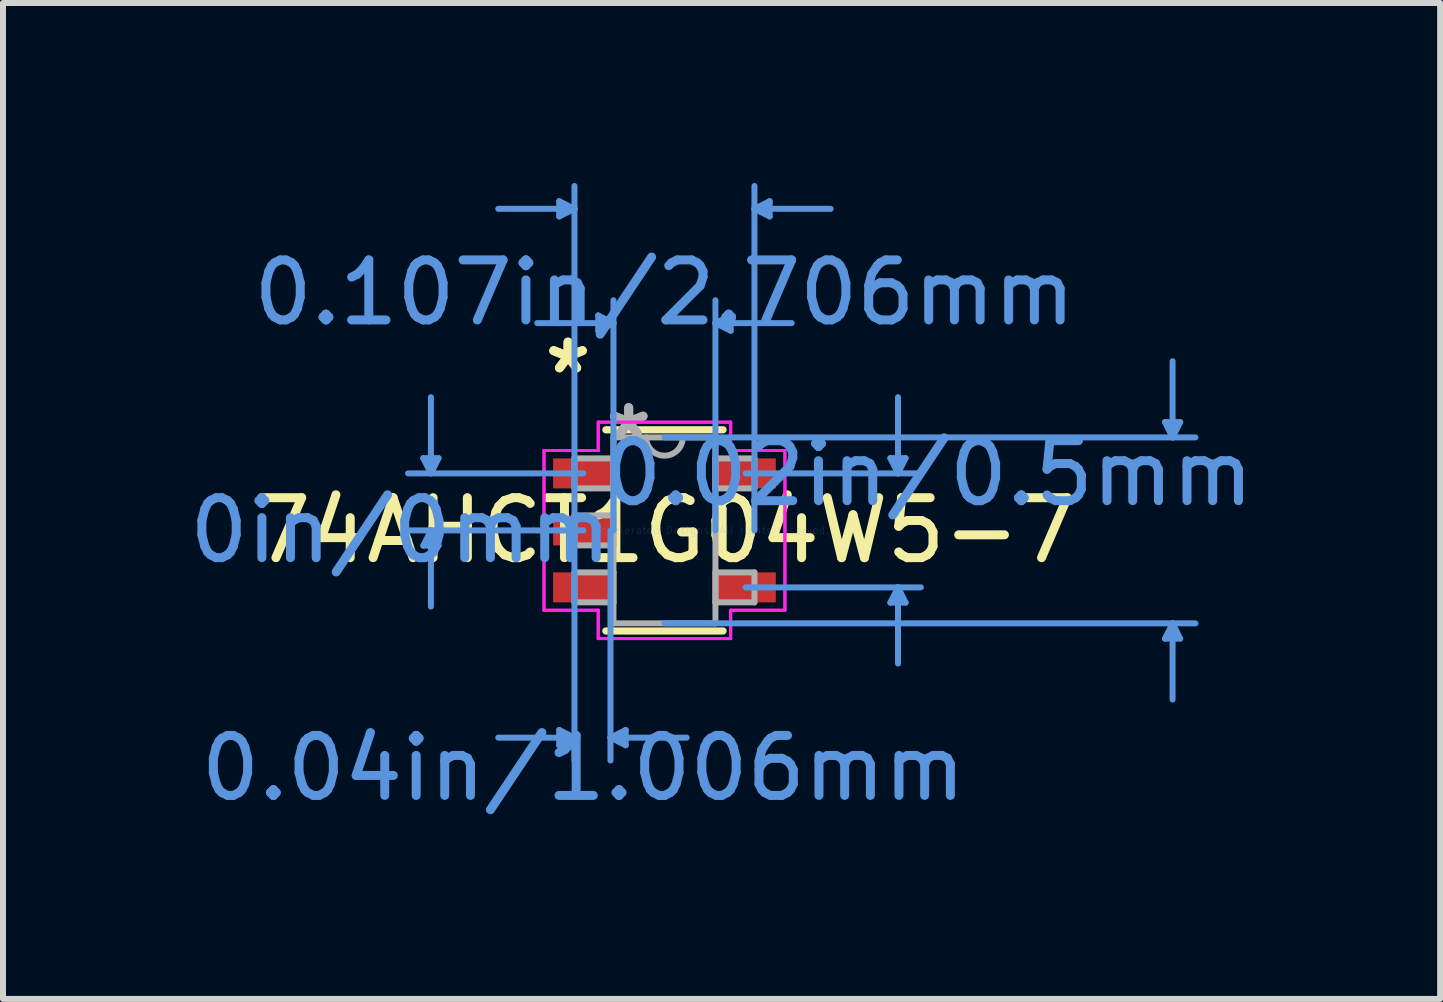
<source format=kicad_pcb>
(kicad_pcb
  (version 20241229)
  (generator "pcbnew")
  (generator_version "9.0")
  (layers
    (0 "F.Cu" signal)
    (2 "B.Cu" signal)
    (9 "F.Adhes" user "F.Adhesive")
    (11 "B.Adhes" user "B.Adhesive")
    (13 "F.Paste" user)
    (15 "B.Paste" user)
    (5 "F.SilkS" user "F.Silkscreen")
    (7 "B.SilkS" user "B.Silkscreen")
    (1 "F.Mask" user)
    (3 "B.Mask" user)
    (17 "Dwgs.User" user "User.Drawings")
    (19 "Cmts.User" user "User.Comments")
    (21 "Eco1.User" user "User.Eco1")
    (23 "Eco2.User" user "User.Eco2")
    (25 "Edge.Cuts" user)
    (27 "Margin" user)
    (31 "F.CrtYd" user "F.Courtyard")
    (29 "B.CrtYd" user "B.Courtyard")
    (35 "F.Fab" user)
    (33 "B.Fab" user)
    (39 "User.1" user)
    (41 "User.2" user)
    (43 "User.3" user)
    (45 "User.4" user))
  (footprint "74AHCT1G04W5-7"
    (layer "F.Cu")
    (at 8.026 5.791)
    (property "Reference" "74AHCT1G04W5-7" (at 0 0 0) (layer "F.SilkS") (effects (font (size 1 1) (thickness 0.15))))
    (attr through_hole)
    (fp_line (start -0.977 1.677) (end 0.977 1.677) (stroke (width 0.12) (type solid)) (layer "F.SilkS"))
    (fp_line (start 0.977 -1.677) (end -0.977 -1.677) (stroke (width 0.12) (type solid)) (layer "F.SilkS"))
    (fp_line (start 0.977 0.367) (end 0.977 -0.367) (stroke (width 0.12) (type solid)) (layer "F.SilkS"))
    (fp_line (start -4.02 -1.204) (end -3.766 -1.204) (stroke (width 0.1) (type solid)) (layer "Cmts.User"))
    (fp_line (start -4.02 0.254) (end -3.766 0.254) (stroke (width 0.1) (type solid)) (layer "Cmts.User"))
    (fp_line (start -3.893 -0.95) (end -4.02 -1.204) (stroke (width 0.1) (type solid)) (layer "Cmts.User"))
    (fp_line (start -3.893 -0.95) (end -3.893 -2.22) (stroke (width 0.1) (type solid)) (layer "Cmts.User"))
    (fp_line (start -3.893 -0.95) (end -3.766 -1.204) (stroke (width 0.1) (type solid)) (layer "Cmts.User"))
    (fp_line (start -3.893 0) (end -4.02 0.254) (stroke (width 0.1) (type solid)) (layer "Cmts.User"))
    (fp_line (start -3.893 0) (end -3.893 1.27) (stroke (width 0.1) (type solid)) (layer "Cmts.User"))
    (fp_line (start -3.893 0) (end -3.766 0.254) (stroke (width 0.1) (type solid)) (layer "Cmts.User"))
    (fp_line (start -1.754 -5.487) (end -1.754 -5.233) (stroke (width 0.1) (type solid)) (layer "Cmts.User"))
    (fp_line (start -1.754 3.328) (end -1.754 3.582) (stroke (width 0.1) (type solid)) (layer "Cmts.User"))
    (fp_line (start -1.5 -5.36) (end -2.77 -5.36) (stroke (width 0.1) (type solid)) (layer "Cmts.User"))
    (fp_line (start -1.5 -5.36) (end -1.754 -5.487) (stroke (width 0.1) (type solid)) (layer "Cmts.User"))
    (fp_line (start -1.5 -5.36) (end -1.754 -5.233) (stroke (width 0.1) (type solid)) (layer "Cmts.User"))
    (fp_line (start -1.5 0) (end -1.5 -5.741) (stroke (width 0.1) (type solid)) (layer "Cmts.User"))
    (fp_line (start -1.5 0) (end -1.5 3.836) (stroke (width 0.1) (type solid)) (layer "Cmts.User"))
    (fp_line (start -1.5 3.455) (end -2.77 3.455) (stroke (width 0.1) (type solid)) (layer "Cmts.User"))
    (fp_line (start -1.5 3.455) (end -1.754 3.328) (stroke (width 0.1) (type solid)) (layer "Cmts.User"))
    (fp_line (start -1.5 3.455) (end -1.754 3.582) (stroke (width 0.1) (type solid)) (layer "Cmts.User"))
    (fp_line (start -1.353 -0.95) (end -4.274 -0.95) (stroke (width 0.1) (type solid)) (layer "Cmts.User"))
    (fp_line (start -1.353 0) (end -4.274 0) (stroke (width 0.1) (type solid)) (layer "Cmts.User"))
    (fp_line (start -1.104 -3.582) (end -1.104 -3.328) (stroke (width 0.1) (type solid)) (layer "Cmts.User"))
    (fp_line (start -0.9 0) (end -0.9 3.836) (stroke (width 0.1) (type solid)) (layer "Cmts.User"))
    (fp_line (start -0.9 3.455) (end -0.646 3.328) (stroke (width 0.1) (type solid)) (layer "Cmts.User"))
    (fp_line (start -0.9 3.455) (end -0.646 3.582) (stroke (width 0.1) (type solid)) (layer "Cmts.User"))
    (fp_line (start -0.9 3.455) (end 0.37 3.455) (stroke (width 0.1) (type solid)) (layer "Cmts.User"))
    (fp_line (start -0.85 -3.455) (end -2.12 -3.455) (stroke (width 0.1) (type solid)) (layer "Cmts.User"))
    (fp_line (start -0.85 -3.455) (end -1.104 -3.582) (stroke (width 0.1) (type solid)) (layer "Cmts.User"))
    (fp_line (start -0.85 -3.455) (end -1.104 -3.328) (stroke (width 0.1) (type solid)) (layer "Cmts.User"))
    (fp_line (start -0.85 0) (end -0.85 -3.836) (stroke (width 0.1) (type solid)) (layer "Cmts.User"))
    (fp_line (start -0.646 3.328) (end -0.646 3.582) (stroke (width 0.1) (type solid)) (layer "Cmts.User"))
    (fp_line (start 0 -1.55) (end 8.851 -1.55) (stroke (width 0.1) (type solid)) (layer "Cmts.User"))
    (fp_line (start 0 1.55) (end 8.851 1.55) (stroke (width 0.1) (type solid)) (layer "Cmts.User"))
    (fp_line (start 0.85 -3.455) (end 1.104 -3.582) (stroke (width 0.1) (type solid)) (layer "Cmts.User"))
    (fp_line (start 0.85 -3.455) (end 1.104 -3.328) (stroke (width 0.1) (type solid)) (layer "Cmts.User"))
    (fp_line (start 0.85 -3.455) (end 2.12 -3.455) (stroke (width 0.1) (type solid)) (layer "Cmts.User"))
    (fp_line (start 0.85 0) (end 0.85 -3.836) (stroke (width 0.1) (type solid)) (layer "Cmts.User"))
    (fp_line (start 1.104 -3.582) (end 1.104 -3.328) (stroke (width 0.1) (type solid)) (layer "Cmts.User"))
    (fp_line (start 1.353 -0.95) (end 4.274 -0.95) (stroke (width 0.1) (type solid)) (layer "Cmts.User"))
    (fp_line (start 1.353 0.95) (end 4.274 0.95) (stroke (width 0.1) (type solid)) (layer "Cmts.User"))
    (fp_line (start 1.5 -5.36) (end 1.754 -5.487) (stroke (width 0.1) (type solid)) (layer "Cmts.User"))
    (fp_line (start 1.5 -5.36) (end 1.754 -5.233) (stroke (width 0.1) (type solid)) (layer "Cmts.User"))
    (fp_line (start 1.5 -5.36) (end 2.77 -5.36) (stroke (width 0.1) (type solid)) (layer "Cmts.User"))
    (fp_line (start 1.5 0) (end 1.5 -5.741) (stroke (width 0.1) (type solid)) (layer "Cmts.User"))
    (fp_line (start 1.754 -5.487) (end 1.754 -5.233) (stroke (width 0.1) (type solid)) (layer "Cmts.User"))
    (fp_line (start 3.766 -1.204) (end 4.02 -1.204) (stroke (width 0.1) (type solid)) (layer "Cmts.User"))
    (fp_line (start 3.766 1.204) (end 4.02 1.204) (stroke (width 0.1) (type solid)) (layer "Cmts.User"))
    (fp_line (start 3.893 -0.95) (end 3.766 -1.204) (stroke (width 0.1) (type solid)) (layer "Cmts.User"))
    (fp_line (start 3.893 -0.95) (end 3.893 -2.22) (stroke (width 0.1) (type solid)) (layer "Cmts.User"))
    (fp_line (start 3.893 -0.95) (end 4.02 -1.204) (stroke (width 0.1) (type solid)) (layer "Cmts.User"))
    (fp_line (start 3.893 0.95) (end 3.766 1.204) (stroke (width 0.1) (type solid)) (layer "Cmts.User"))
    (fp_line (start 3.893 0.95) (end 3.893 2.22) (stroke (width 0.1) (type solid)) (layer "Cmts.User"))
    (fp_line (start 3.893 0.95) (end 4.02 1.204) (stroke (width 0.1) (type solid)) (layer "Cmts.User"))
    (fp_line (start 8.343 -1.804) (end 8.597 -1.804) (stroke (width 0.1) (type solid)) (layer "Cmts.User"))
    (fp_line (start 8.343 1.804) (end 8.597 1.804) (stroke (width 0.1) (type solid)) (layer "Cmts.User"))
    (fp_line (start 8.47 -1.55) (end 8.343 -1.804) (stroke (width 0.1) (type solid)) (layer "Cmts.User"))
    (fp_line (start 8.47 -1.55) (end 8.47 -2.82) (stroke (width 0.1) (type solid)) (layer "Cmts.User"))
    (fp_line (start 8.47 -1.55) (end 8.597 -1.804) (stroke (width 0.1) (type solid)) (layer "Cmts.User"))
    (fp_line (start 8.47 1.55) (end 8.343 1.804) (stroke (width 0.1) (type solid)) (layer "Cmts.User"))
    (fp_line (start 8.47 1.55) (end 8.47 2.82) (stroke (width 0.1) (type solid)) (layer "Cmts.User"))
    (fp_line (start 8.47 1.55) (end 8.597 1.804) (stroke (width 0.1) (type solid)) (layer "Cmts.User"))
    (fp_line (start -2.008 -1.331) (end -1.104 -1.331) (stroke (width 0.05) (type solid)) (layer "F.CrtYd"))
    (fp_line (start -2.008 -1.331) (end -1.104 -1.331) (stroke (width 0.05) (type solid)) (layer "F.CrtYd"))
    (fp_line (start -2.008 1.331) (end -2.008 -1.331) (stroke (width 0.05) (type solid)) (layer "F.CrtYd"))
    (fp_line (start -2.008 1.331) (end -2.008 -1.331) (stroke (width 0.05) (type solid)) (layer "F.CrtYd"))
    (fp_line (start -1.104 -1.804) (end 1.104 -1.804) (stroke (width 0.05) (type solid)) (layer "F.CrtYd"))
    (fp_line (start -1.104 -1.804) (end 1.104 -1.804) (stroke (width 0.05) (type solid)) (layer "F.CrtYd"))
    (fp_line (start -1.104 -1.331) (end -1.104 -1.804) (stroke (width 0.05) (type solid)) (layer "F.CrtYd"))
    (fp_line (start -1.104 -1.331) (end -1.104 -1.804) (stroke (width 0.05) (type solid)) (layer "F.CrtYd"))
    (fp_line (start -1.104 1.331) (end -2.008 1.331) (stroke (width 0.05) (type solid)) (layer "F.CrtYd"))
    (fp_line (start -1.104 1.331) (end -2.008 1.331) (stroke (width 0.05) (type solid)) (layer "F.CrtYd"))
    (fp_line (start -1.104 1.804) (end -1.104 1.331) (stroke (width 0.05) (type solid)) (layer "F.CrtYd"))
    (fp_line (start -1.104 1.804) (end -1.104 1.331) (stroke (width 0.05) (type solid)) (layer "F.CrtYd"))
    (fp_line (start 1.104 -1.804) (end 1.104 -1.331) (stroke (width 0.05) (type solid)) (layer "F.CrtYd"))
    (fp_line (start 1.104 -1.804) (end 1.104 -1.331) (stroke (width 0.05) (type solid)) (layer "F.CrtYd"))
    (fp_line (start 1.104 -1.331) (end 2.008 -1.331) (stroke (width 0.05) (type solid)) (layer "F.CrtYd"))
    (fp_line (start 1.104 -1.331) (end 2.008 -1.331) (stroke (width 0.05) (type solid)) (layer "F.CrtYd"))
    (fp_line (start 1.104 1.331) (end 1.104 1.804) (stroke (width 0.05) (type solid)) (layer "F.CrtYd"))
    (fp_line (start 1.104 1.331) (end 1.104 1.804) (stroke (width 0.05) (type solid)) (layer "F.CrtYd"))
    (fp_line (start 1.104 1.804) (end -1.104 1.804) (stroke (width 0.05) (type solid)) (layer "F.CrtYd"))
    (fp_line (start 1.104 1.804) (end -1.104 1.804) (stroke (width 0.05) (type solid)) (layer "F.CrtYd"))
    (fp_line (start 2.008 -1.331) (end 2.008 1.331) (stroke (width 0.05) (type solid)) (layer "F.CrtYd"))
    (fp_line (start 2.008 -1.331) (end 2.008 1.331) (stroke (width 0.05) (type solid)) (layer "F.CrtYd"))
    (fp_line (start 2.008 1.331) (end 1.104 1.331) (stroke (width 0.05) (type solid)) (layer "F.CrtYd"))
    (fp_line (start 2.008 1.331) (end 1.104 1.331) (stroke (width 0.05) (type solid)) (layer "F.CrtYd"))
    (fp_line (start -1.5 -1.2) (end -1.5 -0.7) (stroke (width 0.1) (type solid)) (layer "F.Fab"))
    (fp_line (start -1.5 -0.7) (end -0.85 -0.7) (stroke (width 0.1) (type solid)) (layer "F.Fab"))
    (fp_line (start -1.5 -0.25) (end -1.5 0.25) (stroke (width 0.1) (type solid)) (layer "F.Fab"))
    (fp_line (start -1.5 0.25) (end -0.85 0.25) (stroke (width 0.1) (type solid)) (layer "F.Fab"))
    (fp_line (start -1.5 0.7) (end -1.5 1.2) (stroke (width 0.1) (type solid)) (layer "F.Fab"))
    (fp_line (start -1.5 1.2) (end -0.85 1.2) (stroke (width 0.1) (type solid)) (layer "F.Fab"))
    (fp_line (start -0.85 -1.55) (end -0.85 1.55) (stroke (width 0.1) (type solid)) (layer "F.Fab"))
    (fp_line (start -0.85 -1.2) (end -1.5 -1.2) (stroke (width 0.1) (type solid)) (layer "F.Fab"))
    (fp_line (start -0.85 -0.7) (end -0.85 -1.2) (stroke (width 0.1) (type solid)) (layer "F.Fab"))
    (fp_line (start -0.85 -0.25) (end -1.5 -0.25) (stroke (width 0.1) (type solid)) (layer "F.Fab"))
    (fp_line (start -0.85 0.25) (end -0.85 -0.25) (stroke (width 0.1) (type solid)) (layer "F.Fab"))
    (fp_line (start -0.85 0.7) (end -1.5 0.7) (stroke (width 0.1) (type solid)) (layer "F.Fab"))
    (fp_line (start -0.85 1.2) (end -0.85 0.7) (stroke (width 0.1) (type solid)) (layer "F.Fab"))
    (fp_line (start -0.85 1.55) (end 0.85 1.55) (stroke (width 0.1) (type solid)) (layer "F.Fab"))
    (fp_line (start 0.85 -1.55) (end -0.85 -1.55) (stroke (width 0.1) (type solid)) (layer "F.Fab"))
    (fp_line (start 0.85 -1.2) (end 0.85 -0.7) (stroke (width 0.1) (type solid)) (layer "F.Fab"))
    (fp_line (start 0.85 -0.7) (end 1.5 -0.7) (stroke (width 0.1) (type solid)) (layer "F.Fab"))
    (fp_line (start 0.85 0.7) (end 0.85 1.2) (stroke (width 0.1) (type solid)) (layer "F.Fab"))
    (fp_line (start 0.85 1.2) (end 1.5 1.2) (stroke (width 0.1) (type solid)) (layer "F.Fab"))
    (fp_line (start 0.85 1.55) (end 0.85 -1.55) (stroke (width 0.1) (type solid)) (layer "F.Fab"))
    (fp_line (start 1.5 -1.2) (end 0.85 -1.2) (stroke (width 0.1) (type solid)) (layer "F.Fab"))
    (fp_line (start 1.5 -0.7) (end 1.5 -1.2) (stroke (width 0.1) (type solid)) (layer "F.Fab"))
    (fp_line (start 1.5 0.7) (end 0.85 0.7) (stroke (width 0.1) (type solid)) (layer "F.Fab"))
    (fp_line (start 1.5 1.2) (end 1.5 0.7) (stroke (width 0.1) (type solid)) (layer "F.Fab"))
    (fp_arc (start 0.3048 -1.549998) (mid -0.000001 -1.245199) (end -0.3048 -1.55) (stroke (width 0.1) (type solid)) (layer "F.Fab"))
    (fp_text user "*" (at -1.607 -2.593 0) (layer "F.SilkS") (effects (font (size 1 1) (thickness 0.15))))
    (fp_text user "*" (at -1.607 -2.593 0) (layer "F.SilkS") (effects (font (size 1 1) (thickness 0.15))))
    (fp_text user "0in/0mm" (at -4.401 0 0) (layer "Cmts.User") (effects (font (size 1 1) (thickness 0.15))))
    (fp_text user "0.02in/0.5mm" (at 4.401 -0.95 0) (layer "Cmts.User") (effects (font (size 1 1) (thickness 0.15))))
    (fp_text user "Copyright 2021 Accelerated Designs. All rights reserved." (at 0 0 0) (layer "Cmts.User") (effects (font (size 0.127 0.127) (thickness 0.002))))
    (fp_text user "0.04in/1.006mm" (at -1.353 3.963 0) (layer "Cmts.User") (effects (font (size 1 1) (thickness 0.15))))
    (fp_text user "0.107in/2.706mm" (at 0 -3.963 0) (layer "Cmts.User") (effects (font (size 1 1) (thickness 0.15))))
    (fp_text user "*" (at -0.596 -1.501 0) (layer "F.Fab") (effects (font (size 1 1) (thickness 0.15))))
    (fp_text user "*" (at -0.596 -1.501 0) (layer "F.Fab") (effects (font (size 1 1) (thickness 0.15))))
    (pad "1" smd rect (at -1.353 -0.95) (size 1.006 0.5) (layers "F.Cu" "F.Mask" "F.Paste"))
    (pad "2" smd rect (at -1.353 0) (size 1.006 0.5) (layers "F.Cu" "F.Mask" "F.Paste"))
    (pad "3" smd rect (at -1.353 0.95) (size 1.006 0.5) (layers "F.Cu" "F.Mask" "F.Paste"))
    (pad "4" smd rect (at 1.353 0.95) (size 1.006 0.5) (layers "F.Cu" "F.Mask" "F.Paste"))
    (pad "5" smd rect (at 1.353 -0.95) (size 1.006 0.5) (layers "F.Cu" "F.Mask" "F.Paste")))
  (gr_rect
    (start -3 -3)
    (end 20.956 13.602)
    (stroke (width 0.1) (type default))
    (fill no)
    (layer "Edge.Cuts")))
</source>
